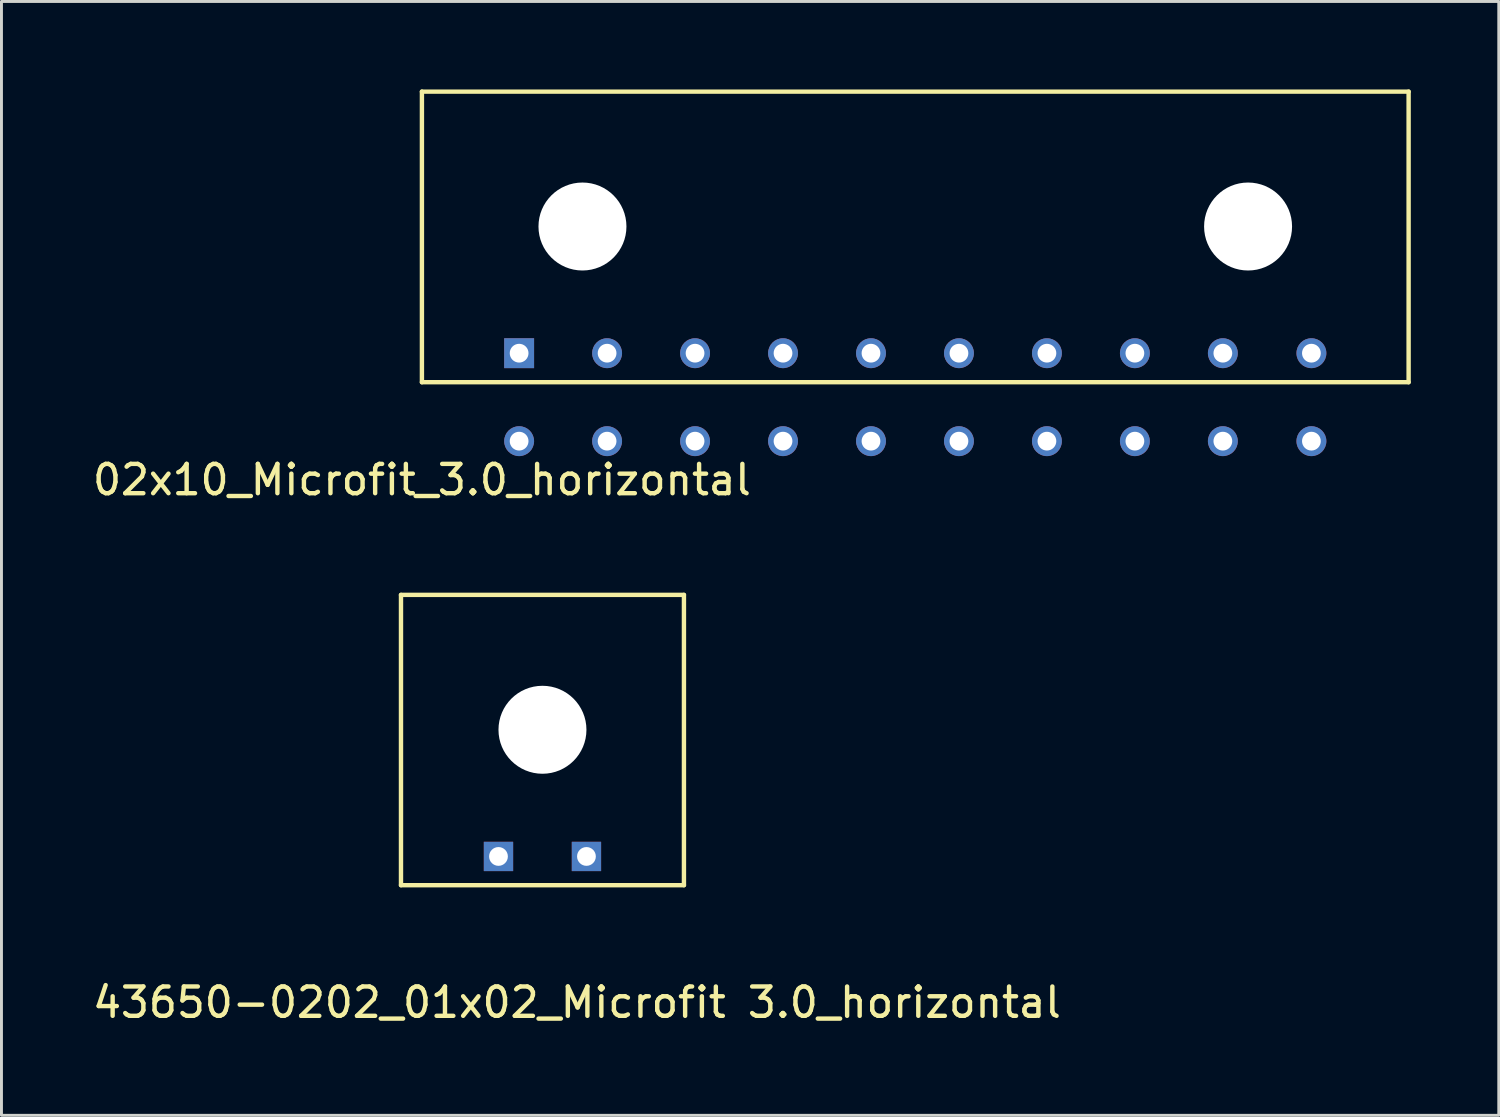
<source format=kicad_pcb>
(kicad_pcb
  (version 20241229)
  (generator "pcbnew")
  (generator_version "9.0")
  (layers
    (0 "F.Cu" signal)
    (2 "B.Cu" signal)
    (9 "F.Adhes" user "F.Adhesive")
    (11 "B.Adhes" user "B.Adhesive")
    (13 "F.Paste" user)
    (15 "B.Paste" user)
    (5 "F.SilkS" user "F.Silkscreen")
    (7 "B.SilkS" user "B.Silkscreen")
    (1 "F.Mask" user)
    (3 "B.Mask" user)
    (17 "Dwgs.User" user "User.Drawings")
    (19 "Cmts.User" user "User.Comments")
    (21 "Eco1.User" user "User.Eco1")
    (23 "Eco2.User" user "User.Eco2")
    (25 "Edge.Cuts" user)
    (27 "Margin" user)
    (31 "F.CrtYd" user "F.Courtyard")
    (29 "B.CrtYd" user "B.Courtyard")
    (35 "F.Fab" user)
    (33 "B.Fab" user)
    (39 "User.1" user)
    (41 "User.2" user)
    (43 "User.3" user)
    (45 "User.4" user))
  (footprint "43650-0202_01x02_Microfit 3.0_horizontal"
    (layer "F.Cu")
    (at 10.625 27.138)
    (property "Reference" "43650-0202_01x02_Microfit 3.0_horizontal" (at 6 4 0) (layer "F.SilkS") (effects (font (size 1 1) (thickness 0.15))))
    (attr through_hole)
    (fp_line (start 0 -9.9) (end 9.65 -9.9) (stroke (width 0.15) (type solid)) (layer "F.SilkS"))
    (fp_line (start 0 0) (end 0 -9.9) (stroke (width 0.15) (type solid)) (layer "F.SilkS"))
    (fp_line (start 0 0) (end 9.65 0) (stroke (width 0.15) (type solid)) (layer "F.SilkS"))
    (fp_line (start 9.65 0) (end 9.65 -9.9) (stroke (width 0.15) (type solid)) (layer "F.SilkS"))
    (pad "" np_thru_hole circle (at 4.825 -5.3) (size 3 3) (drill 3) (layers "*.Cu" "*.Mask"))
    (pad "1" thru_hole rect (at 3.325 -0.98) (size 1 1) (drill 0.64) (layers "*.Cu" "*.Mask"))
    (pad "2" thru_hole rect (at 6.325 -0.98) (size 1 1) (drill 0.64) (layers "*.Cu" "*.Mask")))
  (footprint "02x10_Microfit_3.0_horizontal"
    (layer "F.Cu")
    (at 11.339 12.315)
    (property "Reference" "02x10_Microfit_3.0_horizontal" (at 0 1 0) (layer "F.SilkS") (effects (font (size 1 1) (thickness 0.15))))
    (attr through_hole)
    (fp_line (start 0 -12.24) (end 33.65 -12.24) (stroke (width 0.15) (type solid)) (layer "F.SilkS"))
    (fp_line (start 0 -2.33) (end 0 -12.24) (stroke (width 0.15) (type solid)) (layer "F.SilkS"))
    (fp_line (start 0 -2.33) (end 33.65 -2.33) (stroke (width 0.15) (type solid)) (layer "F.SilkS"))
    (fp_line (start 33.65 -2.33) (end 33.65 -12.24) (stroke (width 0.15) (type solid)) (layer "F.SilkS"))
    (pad "" np_thru_hole circle (at 5.475 -7.64) (size 3 3) (drill 3) (layers "*.Cu" "*.Mask"))
    (pad "" np_thru_hole circle (at 28.175 -7.64) (size 3 3) (drill 3) (layers "*.Cu" "*.Mask"))
    (pad "1" thru_hole rect (at 3.315 -3.32) (size 1.02 1.02) (drill 0.64) (layers "*.Cu" "*.Mask"))
    (pad "2" thru_hole circle (at 6.315 -3.32) (size 1.02 1.02) (drill 0.64) (layers "*.Cu" "*.Mask"))
    (pad "3" thru_hole circle (at 9.315 -3.32) (size 1.02 1.02) (drill 0.64) (layers "*.Cu" "*.Mask"))
    (pad "4" thru_hole circle (at 12.315 -3.32) (size 1.02 1.02) (drill 0.64) (layers "*.Cu" "*.Mask"))
    (pad "5" thru_hole circle (at 15.315 -3.32) (size 1.02 1.02) (drill 0.64) (layers "*.Cu" "*.Mask"))
    (pad "6" thru_hole circle (at 18.315 -3.32) (size 1.02 1.02) (drill 0.64) (layers "*.Cu" "*.Mask"))
    (pad "7" thru_hole circle (at 21.315 -3.32) (size 1.02 1.02) (drill 0.64) (layers "*.Cu" "*.Mask"))
    (pad "8" thru_hole circle (at 24.315 -3.32) (size 1.02 1.02) (drill 0.64) (layers "*.Cu" "*.Mask"))
    (pad "9" thru_hole circle (at 27.315 -3.32) (size 1.02 1.02) (drill 0.64) (layers "*.Cu" "*.Mask"))
    (pad "10" thru_hole circle (at 30.335 -3.32) (size 1.02 1.02) (drill 0.64) (layers "*.Cu" "*.Mask"))
    (pad "11" thru_hole circle (at 3.315 -0.32) (size 1.02 1.02) (drill 0.64) (layers "*.Cu" "*.Mask"))
    (pad "12" thru_hole circle (at 6.315 -0.32) (size 1.02 1.02) (drill 0.64) (layers "*.Cu" "*.Mask"))
    (pad "13" thru_hole circle (at 9.315 -0.32) (size 1.02 1.02) (drill 0.64) (layers "*.Cu" "*.Mask"))
    (pad "14" thru_hole circle (at 12.315 -0.32) (size 1.02 1.02) (drill 0.64) (layers "*.Cu" "*.Mask"))
    (pad "15" thru_hole circle (at 15.315 -0.32) (size 1.02 1.02) (drill 0.64) (layers "*.Cu" "*.Mask"))
    (pad "16" thru_hole circle (at 18.315 -0.32) (size 1.02 1.02) (drill 0.64) (layers "*.Cu" "*.Mask"))
    (pad "17" thru_hole circle (at 21.315 -0.32) (size 1.02 1.02) (drill 0.64) (layers "*.Cu" "*.Mask"))
    (pad "18" thru_hole circle (at 24.315 -0.32) (size 1.02 1.02) (drill 0.64) (layers "*.Cu" "*.Mask"))
    (pad "19" thru_hole circle (at 27.315 -0.32) (size 1.02 1.02) (drill 0.64) (layers "*.Cu" "*.Mask"))
    (pad "20" thru_hole circle (at 30.335 -0.32) (size 1.02 1.02) (drill 0.64) (layers "*.Cu" "*.Mask")))
  (gr_rect
    (start -3 -3)
    (end 48.064 34.986)
    (stroke (width 0.1) (type default))
    (fill no)
    (layer "Edge.Cuts")))
</source>
